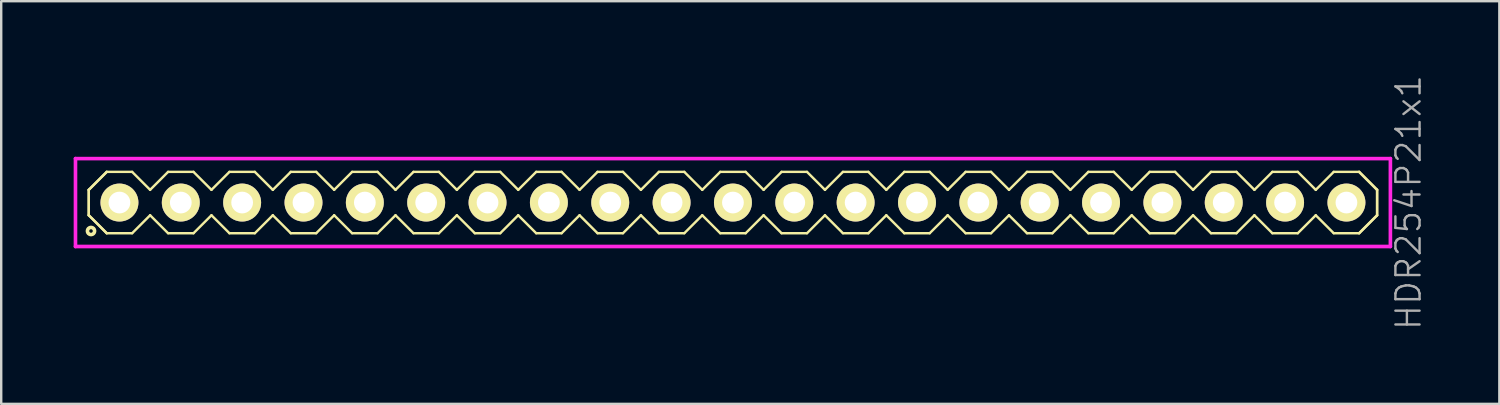
<source format=kicad_pcb>
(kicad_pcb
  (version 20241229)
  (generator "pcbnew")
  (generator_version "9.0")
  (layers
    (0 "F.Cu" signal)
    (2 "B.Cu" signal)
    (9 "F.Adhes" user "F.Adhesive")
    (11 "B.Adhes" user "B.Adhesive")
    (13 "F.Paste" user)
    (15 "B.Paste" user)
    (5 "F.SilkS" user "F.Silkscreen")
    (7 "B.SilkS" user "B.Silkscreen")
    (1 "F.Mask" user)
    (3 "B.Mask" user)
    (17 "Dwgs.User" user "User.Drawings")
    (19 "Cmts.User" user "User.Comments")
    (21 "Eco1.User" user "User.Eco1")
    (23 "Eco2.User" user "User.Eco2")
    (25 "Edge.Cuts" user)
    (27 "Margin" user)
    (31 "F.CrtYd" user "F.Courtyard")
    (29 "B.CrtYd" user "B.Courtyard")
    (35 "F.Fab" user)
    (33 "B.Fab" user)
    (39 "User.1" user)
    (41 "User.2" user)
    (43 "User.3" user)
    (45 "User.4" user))
  (footprint "HDR254P21x1"
    (layer "F.Cu")
    (at 27.295 5.336)
    (property "Reference" "HDR254P21x1" (at 27.97 0 90) (layer "F.Fab") (effects (font (size 1 1) (thickness 0.1))))
    (attr through_hole)
    (fp_line (start -26.67 -0.526) (end -25.926 -1.27) (stroke (width 0.1) (type solid)) (layer "F.SilkS"))
    (fp_line (start -26.67 -0.526) (end -25.926 -1.27) (stroke (width 0.1) (type solid)) (layer "F.SilkS"))
    (fp_line (start -26.67 0.526) (end -26.67 -0.526) (stroke (width 0.1) (type solid)) (layer "F.SilkS"))
    (fp_line (start -26.67 0.526) (end -26.67 -0.526) (stroke (width 0.1) (type solid)) (layer "F.SilkS"))
    (fp_line (start -25.926 -1.27) (end -24.874 -1.27) (stroke (width 0.1) (type solid)) (layer "F.SilkS"))
    (fp_line (start -25.926 1.27) (end -26.67 0.526) (stroke (width 0.1) (type solid)) (layer "F.SilkS"))
    (fp_line (start -25.926 1.27) (end -26.67 0.526) (stroke (width 0.1) (type solid)) (layer "F.SilkS"))
    (fp_line (start -24.874 -1.27) (end -24.13 -0.526) (stroke (width 0.1) (type solid)) (layer "F.SilkS"))
    (fp_line (start -24.874 1.27) (end -25.926 1.27) (stroke (width 0.1) (type solid)) (layer "F.SilkS"))
    (fp_line (start -24.13 -0.526) (end -23.386 -1.27) (stroke (width 0.1) (type solid)) (layer "F.SilkS"))
    (fp_line (start -24.13 0.526) (end -24.874 1.27) (stroke (width 0.1) (type solid)) (layer "F.SilkS"))
    (fp_line (start -23.386 -1.27) (end -22.334 -1.27) (stroke (width 0.1) (type solid)) (layer "F.SilkS"))
    (fp_line (start -23.386 1.27) (end -24.13 0.526) (stroke (width 0.1) (type solid)) (layer "F.SilkS"))
    (fp_line (start -22.334 -1.27) (end -21.59 -0.526) (stroke (width 0.1) (type solid)) (layer "F.SilkS"))
    (fp_line (start -22.334 1.27) (end -23.386 1.27) (stroke (width 0.1) (type solid)) (layer "F.SilkS"))
    (fp_line (start -21.59 -0.526) (end -20.846 -1.27) (stroke (width 0.1) (type solid)) (layer "F.SilkS"))
    (fp_line (start -21.59 0.526) (end -22.334 1.27) (stroke (width 0.1) (type solid)) (layer "F.SilkS"))
    (fp_line (start -20.846 -1.27) (end -19.794 -1.27) (stroke (width 0.1) (type solid)) (layer "F.SilkS"))
    (fp_line (start -20.846 1.27) (end -21.59 0.526) (stroke (width 0.1) (type solid)) (layer "F.SilkS"))
    (fp_line (start -19.794 -1.27) (end -19.05 -0.526) (stroke (width 0.1) (type solid)) (layer "F.SilkS"))
    (fp_line (start -19.794 1.27) (end -20.846 1.27) (stroke (width 0.1) (type solid)) (layer "F.SilkS"))
    (fp_line (start -19.05 -0.526) (end -18.306 -1.27) (stroke (width 0.1) (type solid)) (layer "F.SilkS"))
    (fp_line (start -19.05 0.526) (end -19.794 1.27) (stroke (width 0.1) (type solid)) (layer "F.SilkS"))
    (fp_line (start -18.306 -1.27) (end -17.254 -1.27) (stroke (width 0.1) (type solid)) (layer "F.SilkS"))
    (fp_line (start -18.306 1.27) (end -19.05 0.526) (stroke (width 0.1) (type solid)) (layer "F.SilkS"))
    (fp_line (start -17.254 -1.27) (end -16.51 -0.526) (stroke (width 0.1) (type solid)) (layer "F.SilkS"))
    (fp_line (start -17.254 1.27) (end -18.306 1.27) (stroke (width 0.1) (type solid)) (layer "F.SilkS"))
    (fp_line (start -16.51 -0.526) (end -15.766 -1.27) (stroke (width 0.1) (type solid)) (layer "F.SilkS"))
    (fp_line (start -16.51 0.526) (end -17.254 1.27) (stroke (width 0.1) (type solid)) (layer "F.SilkS"))
    (fp_line (start -15.766 -1.27) (end -14.714 -1.27) (stroke (width 0.1) (type solid)) (layer "F.SilkS"))
    (fp_line (start -15.766 1.27) (end -16.51 0.526) (stroke (width 0.1) (type solid)) (layer "F.SilkS"))
    (fp_line (start -14.714 -1.27) (end -13.97 -0.526) (stroke (width 0.1) (type solid)) (layer "F.SilkS"))
    (fp_line (start -14.714 1.27) (end -15.766 1.27) (stroke (width 0.1) (type solid)) (layer "F.SilkS"))
    (fp_line (start -13.97 -0.526) (end -13.226 -1.27) (stroke (width 0.1) (type solid)) (layer "F.SilkS"))
    (fp_line (start -13.97 0.526) (end -14.714 1.27) (stroke (width 0.1) (type solid)) (layer "F.SilkS"))
    (fp_line (start -13.226 -1.27) (end -12.174 -1.27) (stroke (width 0.1) (type solid)) (layer "F.SilkS"))
    (fp_line (start -13.226 1.27) (end -13.97 0.526) (stroke (width 0.1) (type solid)) (layer "F.SilkS"))
    (fp_line (start -12.174 -1.27) (end -11.43 -0.526) (stroke (width 0.1) (type solid)) (layer "F.SilkS"))
    (fp_line (start -12.174 1.27) (end -13.226 1.27) (stroke (width 0.1) (type solid)) (layer "F.SilkS"))
    (fp_line (start -11.43 -0.526) (end -10.686 -1.27) (stroke (width 0.1) (type solid)) (layer "F.SilkS"))
    (fp_line (start -11.43 0.526) (end -12.174 1.27) (stroke (width 0.1) (type solid)) (layer "F.SilkS"))
    (fp_line (start -10.686 -1.27) (end -9.634 -1.27) (stroke (width 0.1) (type solid)) (layer "F.SilkS"))
    (fp_line (start -10.686 1.27) (end -11.43 0.526) (stroke (width 0.1) (type solid)) (layer "F.SilkS"))
    (fp_line (start -9.634 -1.27) (end -8.89 -0.526) (stroke (width 0.1) (type solid)) (layer "F.SilkS"))
    (fp_line (start -9.634 1.27) (end -10.686 1.27) (stroke (width 0.1) (type solid)) (layer "F.SilkS"))
    (fp_line (start -8.89 -0.526) (end -8.146 -1.27) (stroke (width 0.1) (type solid)) (layer "F.SilkS"))
    (fp_line (start -8.89 0.526) (end -9.634 1.27) (stroke (width 0.1) (type solid)) (layer "F.SilkS"))
    (fp_line (start -8.146 -1.27) (end -7.094 -1.27) (stroke (width 0.1) (type solid)) (layer "F.SilkS"))
    (fp_line (start -8.146 1.27) (end -8.89 0.526) (stroke (width 0.1) (type solid)) (layer "F.SilkS"))
    (fp_line (start -7.094 -1.27) (end -6.35 -0.526) (stroke (width 0.1) (type solid)) (layer "F.SilkS"))
    (fp_line (start -7.094 1.27) (end -8.146 1.27) (stroke (width 0.1) (type solid)) (layer "F.SilkS"))
    (fp_line (start -6.35 -0.526) (end -5.606 -1.27) (stroke (width 0.1) (type solid)) (layer "F.SilkS"))
    (fp_line (start -6.35 0.526) (end -7.094 1.27) (stroke (width 0.1) (type solid)) (layer "F.SilkS"))
    (fp_line (start -5.606 -1.27) (end -4.554 -1.27) (stroke (width 0.1) (type solid)) (layer "F.SilkS"))
    (fp_line (start -5.606 1.27) (end -6.35 0.526) (stroke (width 0.1) (type solid)) (layer "F.SilkS"))
    (fp_line (start -4.554 -1.27) (end -3.81 -0.526) (stroke (width 0.1) (type solid)) (layer "F.SilkS"))
    (fp_line (start -4.554 1.27) (end -5.606 1.27) (stroke (width 0.1) (type solid)) (layer "F.SilkS"))
    (fp_line (start -3.81 -0.526) (end -3.066 -1.27) (stroke (width 0.1) (type solid)) (layer "F.SilkS"))
    (fp_line (start -3.81 0.526) (end -4.554 1.27) (stroke (width 0.1) (type solid)) (layer "F.SilkS"))
    (fp_line (start -3.066 -1.27) (end -2.014 -1.27) (stroke (width 0.1) (type solid)) (layer "F.SilkS"))
    (fp_line (start -3.066 1.27) (end -3.81 0.526) (stroke (width 0.1) (type solid)) (layer "F.SilkS"))
    (fp_line (start -2.014 -1.27) (end -1.27 -0.526) (stroke (width 0.1) (type solid)) (layer "F.SilkS"))
    (fp_line (start -2.014 1.27) (end -3.066 1.27) (stroke (width 0.1) (type solid)) (layer "F.SilkS"))
    (fp_line (start -1.27 -0.526) (end -0.526 -1.27) (stroke (width 0.1) (type solid)) (layer "F.SilkS"))
    (fp_line (start -1.27 0.526) (end -2.014 1.27) (stroke (width 0.1) (type solid)) (layer "F.SilkS"))
    (fp_line (start -0.526 -1.27) (end 0.526 -1.27) (stroke (width 0.1) (type solid)) (layer "F.SilkS"))
    (fp_line (start -0.526 1.27) (end -1.27 0.526) (stroke (width 0.1) (type solid)) (layer "F.SilkS"))
    (fp_line (start 0.526 -1.27) (end 1.27 -0.526) (stroke (width 0.1) (type solid)) (layer "F.SilkS"))
    (fp_line (start 0.526 1.27) (end -0.526 1.27) (stroke (width 0.1) (type solid)) (layer "F.SilkS"))
    (fp_line (start 1.27 -0.526) (end 2.014 -1.27) (stroke (width 0.1) (type solid)) (layer "F.SilkS"))
    (fp_line (start 1.27 0.526) (end 0.526 1.27) (stroke (width 0.1) (type solid)) (layer "F.SilkS"))
    (fp_line (start 2.014 -1.27) (end 3.066 -1.27) (stroke (width 0.1) (type solid)) (layer "F.SilkS"))
    (fp_line (start 2.014 1.27) (end 1.27 0.526) (stroke (width 0.1) (type solid)) (layer "F.SilkS"))
    (fp_line (start 3.066 -1.27) (end 3.81 -0.526) (stroke (width 0.1) (type solid)) (layer "F.SilkS"))
    (fp_line (start 3.066 1.27) (end 2.014 1.27) (stroke (width 0.1) (type solid)) (layer "F.SilkS"))
    (fp_line (start 3.81 -0.526) (end 4.554 -1.27) (stroke (width 0.1) (type solid)) (layer "F.SilkS"))
    (fp_line (start 3.81 0.526) (end 3.066 1.27) (stroke (width 0.1) (type solid)) (layer "F.SilkS"))
    (fp_line (start 4.554 -1.27) (end 5.606 -1.27) (stroke (width 0.1) (type solid)) (layer "F.SilkS"))
    (fp_line (start 4.554 1.27) (end 3.81 0.526) (stroke (width 0.1) (type solid)) (layer "F.SilkS"))
    (fp_line (start 5.606 -1.27) (end 6.35 -0.526) (stroke (width 0.1) (type solid)) (layer "F.SilkS"))
    (fp_line (start 5.606 1.27) (end 4.554 1.27) (stroke (width 0.1) (type solid)) (layer "F.SilkS"))
    (fp_line (start 6.35 -0.526) (end 7.094 -1.27) (stroke (width 0.1) (type solid)) (layer "F.SilkS"))
    (fp_line (start 6.35 0.526) (end 5.606 1.27) (stroke (width 0.1) (type solid)) (layer "F.SilkS"))
    (fp_line (start 7.094 -1.27) (end 8.146 -1.27) (stroke (width 0.1) (type solid)) (layer "F.SilkS"))
    (fp_line (start 7.094 1.27) (end 6.35 0.526) (stroke (width 0.1) (type solid)) (layer "F.SilkS"))
    (fp_line (start 8.146 -1.27) (end 8.89 -0.526) (stroke (width 0.1) (type solid)) (layer "F.SilkS"))
    (fp_line (start 8.146 1.27) (end 7.094 1.27) (stroke (width 0.1) (type solid)) (layer "F.SilkS"))
    (fp_line (start 8.89 -0.526) (end 9.634 -1.27) (stroke (width 0.1) (type solid)) (layer "F.SilkS"))
    (fp_line (start 8.89 0.526) (end 8.146 1.27) (stroke (width 0.1) (type solid)) (layer "F.SilkS"))
    (fp_line (start 9.634 -1.27) (end 10.686 -1.27) (stroke (width 0.1) (type solid)) (layer "F.SilkS"))
    (fp_line (start 9.634 1.27) (end 8.89 0.526) (stroke (width 0.1) (type solid)) (layer "F.SilkS"))
    (fp_line (start 10.686 -1.27) (end 11.43 -0.526) (stroke (width 0.1) (type solid)) (layer "F.SilkS"))
    (fp_line (start 10.686 1.27) (end 9.634 1.27) (stroke (width 0.1) (type solid)) (layer "F.SilkS"))
    (fp_line (start 11.43 -0.526) (end 12.174 -1.27) (stroke (width 0.1) (type solid)) (layer "F.SilkS"))
    (fp_line (start 11.43 0.526) (end 10.686 1.27) (stroke (width 0.1) (type solid)) (layer "F.SilkS"))
    (fp_line (start 12.174 -1.27) (end 13.226 -1.27) (stroke (width 0.1) (type solid)) (layer "F.SilkS"))
    (fp_line (start 12.174 1.27) (end 11.43 0.526) (stroke (width 0.1) (type solid)) (layer "F.SilkS"))
    (fp_line (start 13.226 -1.27) (end 13.97 -0.526) (stroke (width 0.1) (type solid)) (layer "F.SilkS"))
    (fp_line (start 13.226 1.27) (end 12.174 1.27) (stroke (width 0.1) (type solid)) (layer "F.SilkS"))
    (fp_line (start 13.97 -0.526) (end 14.714 -1.27) (stroke (width 0.1) (type solid)) (layer "F.SilkS"))
    (fp_line (start 13.97 0.526) (end 13.226 1.27) (stroke (width 0.1) (type solid)) (layer "F.SilkS"))
    (fp_line (start 14.714 -1.27) (end 15.766 -1.27) (stroke (width 0.1) (type solid)) (layer "F.SilkS"))
    (fp_line (start 14.714 1.27) (end 13.97 0.526) (stroke (width 0.1) (type solid)) (layer "F.SilkS"))
    (fp_line (start 15.766 -1.27) (end 16.51 -0.526) (stroke (width 0.1) (type solid)) (layer "F.SilkS"))
    (fp_line (start 15.766 1.27) (end 14.714 1.27) (stroke (width 0.1) (type solid)) (layer "F.SilkS"))
    (fp_line (start 16.51 -0.526) (end 17.254 -1.27) (stroke (width 0.1) (type solid)) (layer "F.SilkS"))
    (fp_line (start 16.51 0.526) (end 15.766 1.27) (stroke (width 0.1) (type solid)) (layer "F.SilkS"))
    (fp_line (start 17.254 -1.27) (end 18.306 -1.27) (stroke (width 0.1) (type solid)) (layer "F.SilkS"))
    (fp_line (start 17.254 1.27) (end 16.51 0.526) (stroke (width 0.1) (type solid)) (layer "F.SilkS"))
    (fp_line (start 18.306 -1.27) (end 19.05 -0.526) (stroke (width 0.1) (type solid)) (layer "F.SilkS"))
    (fp_line (start 18.306 1.27) (end 17.254 1.27) (stroke (width 0.1) (type solid)) (layer "F.SilkS"))
    (fp_line (start 19.05 -0.526) (end 19.794 -1.27) (stroke (width 0.1) (type solid)) (layer "F.SilkS"))
    (fp_line (start 19.05 0.526) (end 18.306 1.27) (stroke (width 0.1) (type solid)) (layer "F.SilkS"))
    (fp_line (start 19.794 -1.27) (end 20.846 -1.27) (stroke (width 0.1) (type solid)) (layer "F.SilkS"))
    (fp_line (start 19.794 1.27) (end 19.05 0.526) (stroke (width 0.1) (type solid)) (layer "F.SilkS"))
    (fp_line (start 20.846 -1.27) (end 21.59 -0.526) (stroke (width 0.1) (type solid)) (layer "F.SilkS"))
    (fp_line (start 20.846 1.27) (end 19.794 1.27) (stroke (width 0.1) (type solid)) (layer "F.SilkS"))
    (fp_line (start 21.59 -0.526) (end 22.334 -1.27) (stroke (width 0.1) (type solid)) (layer "F.SilkS"))
    (fp_line (start 21.59 0.526) (end 20.846 1.27) (stroke (width 0.1) (type solid)) (layer "F.SilkS"))
    (fp_line (start 22.334 -1.27) (end 23.386 -1.27) (stroke (width 0.1) (type solid)) (layer "F.SilkS"))
    (fp_line (start 22.334 1.27) (end 21.59 0.526) (stroke (width 0.1) (type solid)) (layer "F.SilkS"))
    (fp_line (start 23.386 -1.27) (end 24.13 -0.526) (stroke (width 0.1) (type solid)) (layer "F.SilkS"))
    (fp_line (start 23.386 1.27) (end 22.334 1.27) (stroke (width 0.1) (type solid)) (layer "F.SilkS"))
    (fp_line (start 24.13 -0.526) (end 24.874 -1.27) (stroke (width 0.1) (type solid)) (layer "F.SilkS"))
    (fp_line (start 24.13 0.526) (end 23.386 1.27) (stroke (width 0.1) (type solid)) (layer "F.SilkS"))
    (fp_line (start 24.874 -1.27) (end 25.926 -1.27) (stroke (width 0.1) (type solid)) (layer "F.SilkS"))
    (fp_line (start 24.874 1.27) (end 24.13 0.526) (stroke (width 0.1) (type solid)) (layer "F.SilkS"))
    (fp_line (start 25.926 -1.27) (end 26.67 -0.526) (stroke (width 0.1) (type solid)) (layer "F.SilkS"))
    (fp_line (start 25.926 -1.27) (end 26.67 -0.526) (stroke (width 0.1) (type solid)) (layer "F.SilkS"))
    (fp_line (start 25.926 1.27) (end 24.874 1.27) (stroke (width 0.1) (type solid)) (layer "F.SilkS"))
    (fp_line (start 26.67 -0.526) (end 26.67 0.526) (stroke (width 0.1) (type solid)) (layer "F.SilkS"))
    (fp_line (start 26.67 -0.526) (end 26.67 0.526) (stroke (width 0.1) (type solid)) (layer "F.SilkS"))
    (fp_line (start 26.67 0.526) (end 25.926 1.27) (stroke (width 0.1) (type solid)) (layer "F.SilkS"))
    (fp_line (start 26.67 0.526) (end 25.926 1.27) (stroke (width 0.1) (type solid)) (layer "F.SilkS"))
    (fp_circle (center -26.577 1.178) (end -26.428 1.178) (stroke (width 0.15) (type solid)) (fill no) (layer "F.SilkS"))
    (fp_line (start -27.22 -1.82) (end -27.22 1.82) (stroke (width 0.15) (type solid)) (layer "F.CrtYd"))
    (fp_line (start -27.22 1.82) (end 27.22 1.82) (stroke (width 0.15) (type solid)) (layer "F.CrtYd"))
    (fp_line (start 27.22 -1.82) (end -27.22 -1.82) (stroke (width 0.15) (type solid)) (layer "F.CrtYd"))
    (fp_line (start 27.22 1.82) (end 27.22 -1.82) (stroke (width 0.15) (type solid)) (layer "F.CrtYd"))
    (pad "1" thru_hole oval (at -25.4 0) (size 1.57 1.57) (drill 0.9) (layers "*.Cu" "*.Mask" "F.SilkS"))
    (pad "2" thru_hole oval (at -22.86 0) (size 1.57 1.57) (drill 0.9) (layers "*.Cu" "*.Mask" "F.SilkS"))
    (pad "3" thru_hole oval (at -20.32 0) (size 1.57 1.57) (drill 0.9) (layers "*.Cu" "*.Mask" "F.SilkS"))
    (pad "4" thru_hole oval (at -17.78 0) (size 1.57 1.57) (drill 0.9) (layers "*.Cu" "*.Mask" "F.SilkS"))
    (pad "5" thru_hole oval (at -15.24 0) (size 1.57 1.57) (drill 0.9) (layers "*.Cu" "*.Mask" "F.SilkS"))
    (pad "6" thru_hole oval (at -12.7 0) (size 1.57 1.57) (drill 0.9) (layers "*.Cu" "*.Mask" "F.SilkS"))
    (pad "7" thru_hole oval (at -10.16 0) (size 1.57 1.57) (drill 0.9) (layers "*.Cu" "*.Mask" "F.SilkS"))
    (pad "8" thru_hole oval (at -7.62 0) (size 1.57 1.57) (drill 0.9) (layers "*.Cu" "*.Mask" "F.SilkS"))
    (pad "9" thru_hole oval (at -5.08 0) (size 1.57 1.57) (drill 0.9) (layers "*.Cu" "*.Mask" "F.SilkS"))
    (pad "10" thru_hole oval (at -2.54 0) (size 1.57 1.57) (drill 0.9) (layers "*.Cu" "*.Mask" "F.SilkS"))
    (pad "11" thru_hole oval (at 0 0) (size 1.57 1.57) (drill 0.9) (layers "*.Cu" "*.Mask" "F.SilkS"))
    (pad "12" thru_hole oval (at 2.54 0) (size 1.57 1.57) (drill 0.9) (layers "*.Cu" "*.Mask" "F.SilkS"))
    (pad "13" thru_hole oval (at 5.08 0) (size 1.57 1.57) (drill 0.9) (layers "*.Cu" "*.Mask" "F.SilkS"))
    (pad "14" thru_hole oval (at 7.62 0) (size 1.57 1.57) (drill 0.9) (layers "*.Cu" "*.Mask" "F.SilkS"))
    (pad "15" thru_hole oval (at 10.16 0) (size 1.57 1.57) (drill 0.9) (layers "*.Cu" "*.Mask" "F.SilkS"))
    (pad "16" thru_hole oval (at 12.7 0) (size 1.57 1.57) (drill 0.9) (layers "*.Cu" "*.Mask" "F.SilkS"))
    (pad "17" thru_hole oval (at 15.24 0) (size 1.57 1.57) (drill 0.9) (layers "*.Cu" "*.Mask" "F.SilkS"))
    (pad "18" thru_hole oval (at 17.78 0) (size 1.57 1.57) (drill 0.9) (layers "*.Cu" "*.Mask" "F.SilkS"))
    (pad "19" thru_hole oval (at 20.32 0) (size 1.57 1.57) (drill 0.9) (layers "*.Cu" "*.Mask" "F.SilkS"))
    (pad "20" thru_hole oval (at 22.86 0) (size 1.57 1.57) (drill 0.9) (layers "*.Cu" "*.Mask" "F.SilkS"))
    (pad "21" thru_hole oval (at 25.4 0) (size 1.57 1.57) (drill 0.9) (layers "*.Cu" "*.Mask" "F.SilkS")))
  (gr_rect
    (start -3 -3)
    (end 59.026 13.671)
    (stroke (width 0.1) (type default))
    (fill no)
    (layer "Edge.Cuts")))
</source>
